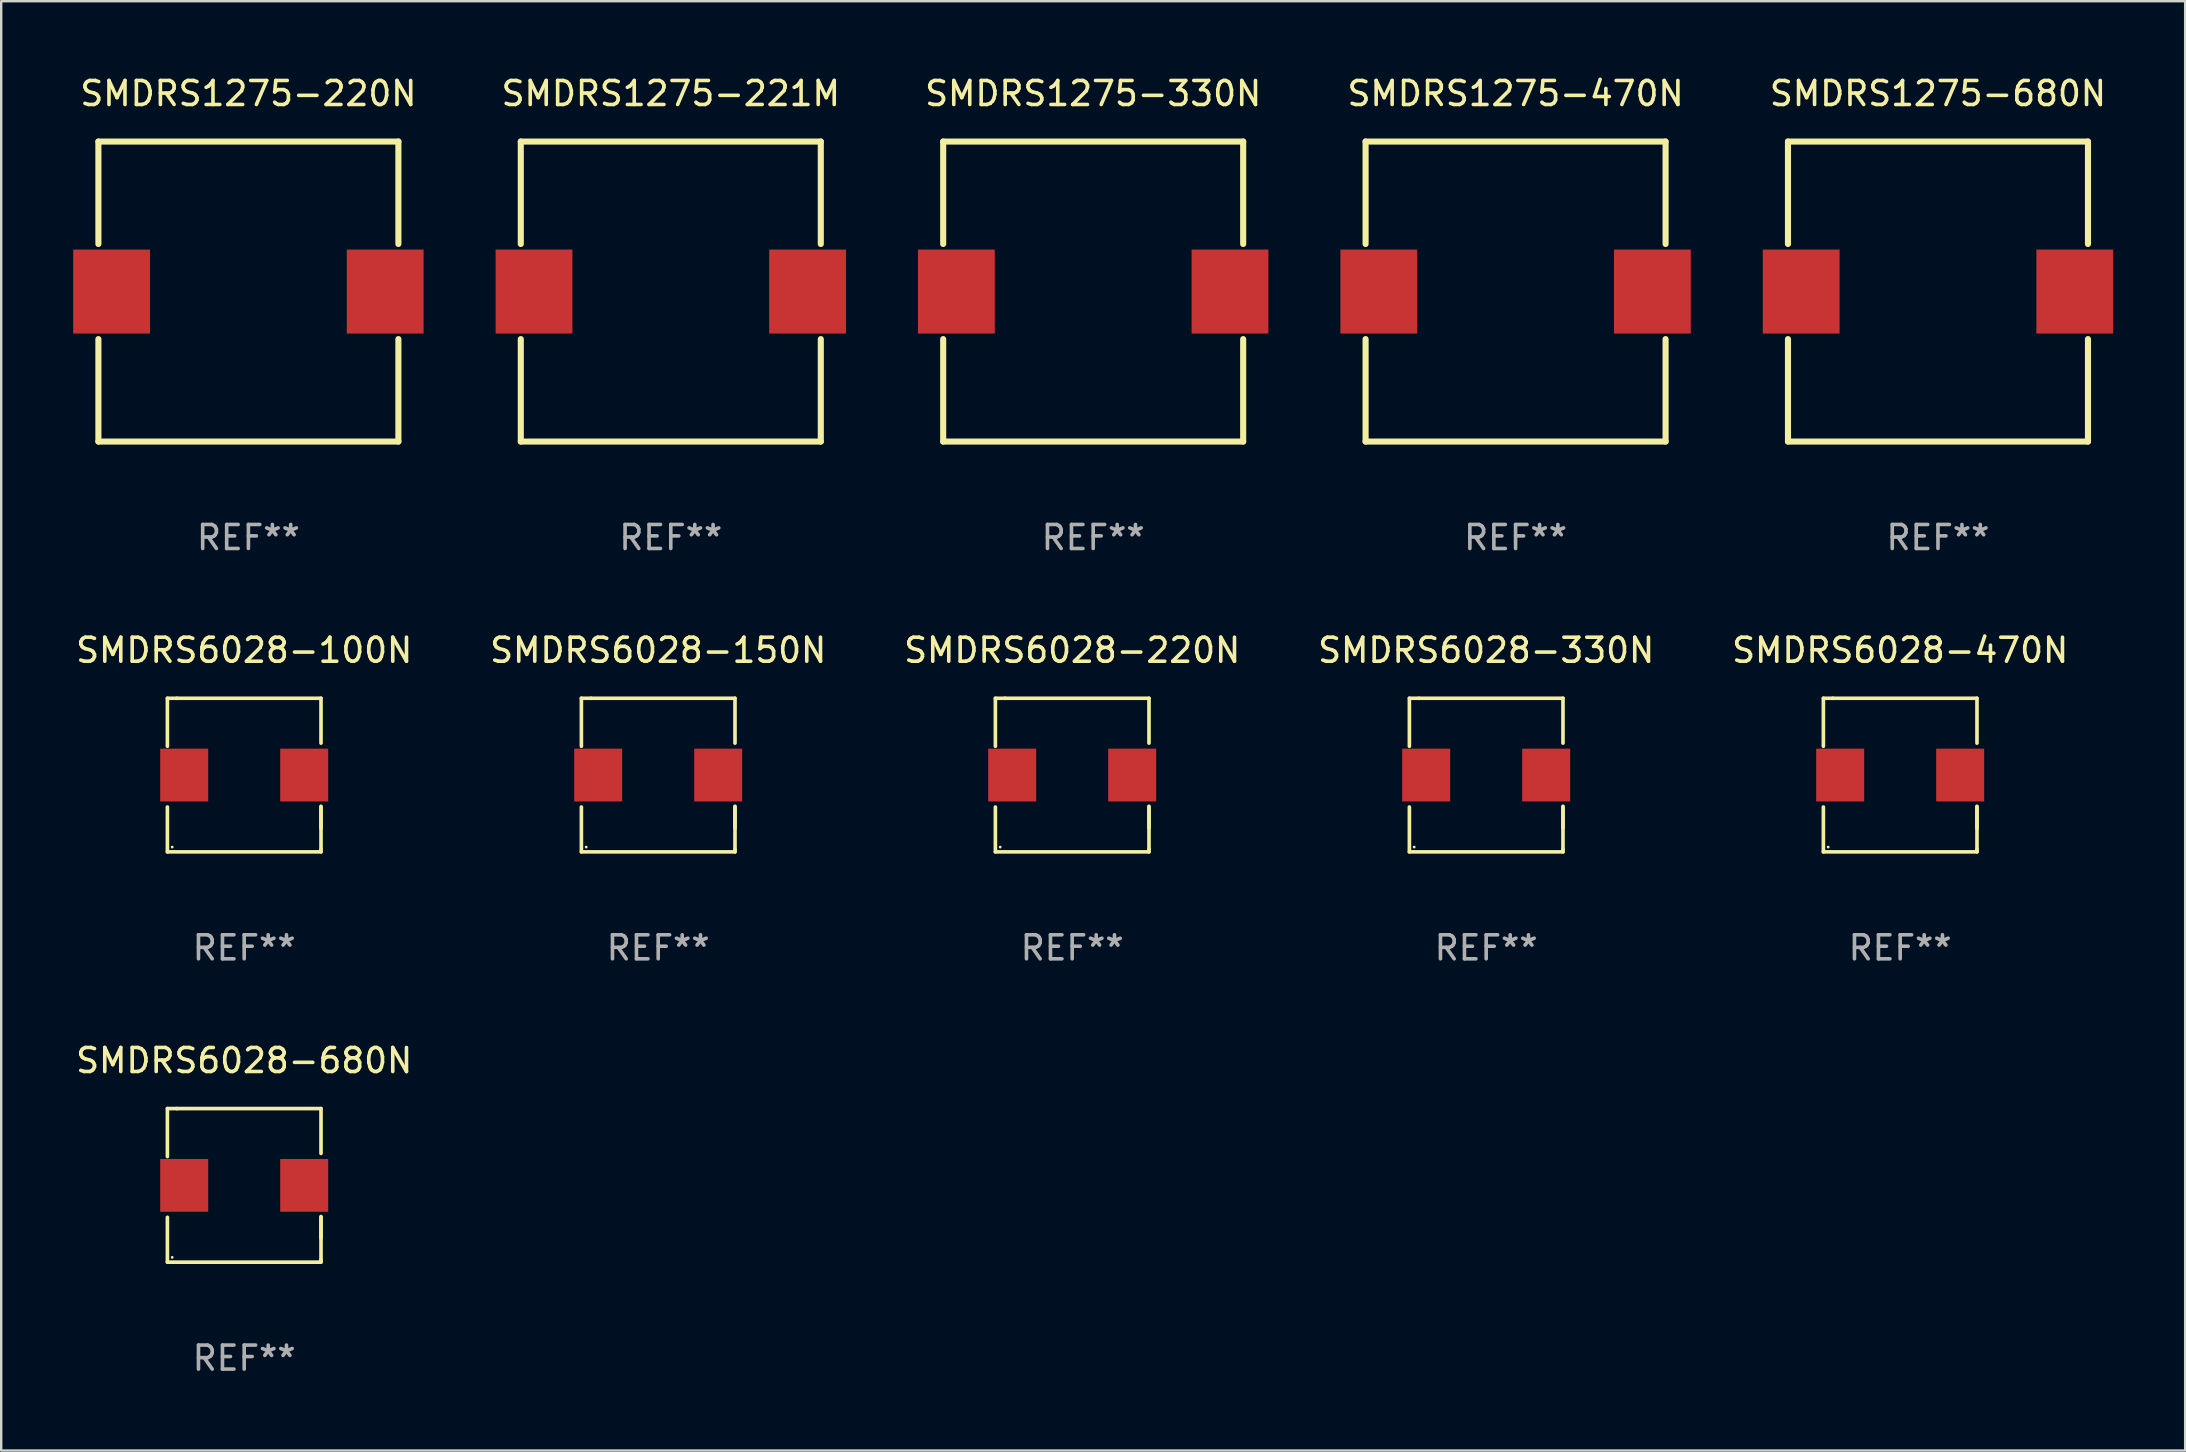
<source format=kicad_pcb>
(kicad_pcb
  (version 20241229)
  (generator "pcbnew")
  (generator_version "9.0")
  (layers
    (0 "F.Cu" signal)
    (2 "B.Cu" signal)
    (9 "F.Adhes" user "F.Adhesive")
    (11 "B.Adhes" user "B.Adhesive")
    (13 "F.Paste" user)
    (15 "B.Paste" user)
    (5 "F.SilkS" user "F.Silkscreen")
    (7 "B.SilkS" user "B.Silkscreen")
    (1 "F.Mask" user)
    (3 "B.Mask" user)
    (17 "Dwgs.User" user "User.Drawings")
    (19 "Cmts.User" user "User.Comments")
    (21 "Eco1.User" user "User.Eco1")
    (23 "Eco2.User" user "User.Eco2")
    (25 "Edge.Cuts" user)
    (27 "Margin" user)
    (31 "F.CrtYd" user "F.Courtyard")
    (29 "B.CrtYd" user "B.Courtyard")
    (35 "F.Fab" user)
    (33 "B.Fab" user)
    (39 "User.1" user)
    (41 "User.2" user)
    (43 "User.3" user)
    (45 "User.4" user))
  (footprint "SMDRS6028-100N"
    (layer "F.Cu")
    (at 7.125 29.245)
    (property "Reference" "SMDRS6028-100N" (at 0 -5.2 0) (layer "F.SilkS") (effects (font (size 1 1) (thickness 0.15))))
    (attr through_hole)
    (fp_line (start -3.2 -1.2) (end -3.2 -3.2) (stroke (width 0.152) (type solid)) (layer "F.SilkS"))
    (fp_line (start -3.2 3.2) (end -3.2 1.331) (stroke (width 0.152) (type solid)) (layer "F.SilkS"))
    (fp_line (start -2.8 -3.2) (end -3.2 -3.2) (stroke (width 0.152) (type solid)) (layer "F.SilkS"))
    (fp_line (start -2.8 -3.2) (end 3.2 -3.2) (stroke (width 0.152) (type solid)) (layer "F.SilkS"))
    (fp_line (start 3.2 -3.2) (end 3.2 -1.331) (stroke (width 0.152) (type solid)) (layer "F.SilkS"))
    (fp_line (start 3.2 1.3) (end 3.2 3.1) (stroke (width 0.152) (type solid)) (layer "F.SilkS"))
    (fp_line (start 3.2 1.331) (end 3.2 2.2) (stroke (width 0.152) (type solid)) (layer "F.SilkS"))
    (fp_line (start 3.2 3.1) (end 3.2 3.2) (stroke (width 0.152) (type solid)) (layer "F.SilkS"))
    (fp_line (start 3.2 3.2) (end -3.2 3.2) (stroke (width 0.152) (type solid)) (layer "F.SilkS"))
    (fp_circle (center -3 3) (end -2.97 3) (stroke (width 0.06) (type solid)) (fill no) (layer "F.SilkS"))
    (fp_text user "REF**" (at 0 7.2 0) (layer "F.Fab") (effects (font (size 1 1) (thickness 0.15))))
    (pad "1" smd rect (at -2.5 -0.000025 180) (size 2 2.2) (layers "F.Cu" "F.Mask" "F.Paste"))
    (pad "2" smd rect (at 2.5 -0.000025 180) (size 2 2.2) (layers "F.Cu" "F.Mask" "F.Paste")))
  (footprint "SMDRS1275-330N"
    (layer "F.Cu")
    (at 42.5 9.098)
    (property "Reference" "SMDRS1275-330N" (at 0 -8.25 0) (layer "F.SilkS") (effects (font (size 1 1) (thickness 0.15))))
    (attr through_hole)
    (fp_line (start -6.25 -6.25) (end 6.25 -6.25) (stroke (width 0.254) (type solid)) (layer "F.SilkS"))
    (fp_line (start -6.25 -1.981) (end -6.25 -6.25) (stroke (width 0.254) (type solid)) (layer "F.SilkS"))
    (fp_line (start -6.25 6.25) (end -6.25 1.981) (stroke (width 0.254) (type solid)) (layer "F.SilkS"))
    (fp_line (start -6.25 6.25) (end 6.25 6.25) (stroke (width 0.254) (type solid)) (layer "F.SilkS"))
    (fp_line (start 6.25 -6.25) (end 6.25 -1.981) (stroke (width 0.254) (type solid)) (layer "F.SilkS"))
    (fp_line (start 6.25 1.981) (end 6.25 6.25) (stroke (width 0.254) (type solid)) (layer "F.SilkS"))
    (fp_circle (center -6.25 6.25) (end -6.22 6.25) (stroke (width 0.06) (type solid)) (fill no) (layer "F.SilkS"))
    (fp_text user "REF**" (at 0 10.25 0) (layer "F.Fab") (effects (font (size 1 1) (thickness 0.15))))
    (pad "1" smd rect (at -5.7 -0.000013) (size 3.2 3.5) (layers "F.Cu" "F.Mask" "F.Paste"))
    (pad "2" smd rect (at 5.7 -0.000013) (size 3.2 3.5) (layers "F.Cu" "F.Mask" "F.Paste")))
  (footprint "SMDRS1275-221M"
    (layer "F.Cu")
    (at 24.9 9.098)
    (property "Reference" "SMDRS1275-221M" (at 0 -8.25 0) (layer "F.SilkS") (effects (font (size 1 1) (thickness 0.15))))
    (attr through_hole)
    (fp_line (start -6.25 -6.25) (end 6.25 -6.25) (stroke (width 0.254) (type solid)) (layer "F.SilkS"))
    (fp_line (start -6.25 -1.981) (end -6.25 -6.25) (stroke (width 0.254) (type solid)) (layer "F.SilkS"))
    (fp_line (start -6.25 6.25) (end -6.25 1.981) (stroke (width 0.254) (type solid)) (layer "F.SilkS"))
    (fp_line (start -6.25 6.25) (end 6.25 6.25) (stroke (width 0.254) (type solid)) (layer "F.SilkS"))
    (fp_line (start 6.25 -6.25) (end 6.25 -1.981) (stroke (width 0.254) (type solid)) (layer "F.SilkS"))
    (fp_line (start 6.25 1.981) (end 6.25 6.25) (stroke (width 0.254) (type solid)) (layer "F.SilkS"))
    (fp_circle (center -6.25 6.25) (end -6.22 6.25) (stroke (width 0.06) (type solid)) (fill no) (layer "F.SilkS"))
    (fp_text user "REF**" (at 0 10.25 0) (layer "F.Fab") (effects (font (size 1 1) (thickness 0.15))))
    (pad "1" smd rect (at -5.7 -0.000013) (size 3.2 3.5) (layers "F.Cu" "F.Mask" "F.Paste"))
    (pad "2" smd rect (at 5.7 -0.000013) (size 3.2 3.5) (layers "F.Cu" "F.Mask" "F.Paste")))
  (footprint "SMDRS6028-470N"
    (layer "F.Cu")
    (at 76.125 29.245)
    (property "Reference" "SMDRS6028-470N" (at 0 -5.2 0) (layer "F.SilkS") (effects (font (size 1 1) (thickness 0.15))))
    (attr through_hole)
    (fp_line (start -3.2 -1.2) (end -3.2 -3.2) (stroke (width 0.152) (type solid)) (layer "F.SilkS"))
    (fp_line (start -3.2 3.2) (end -3.2 1.331) (stroke (width 0.152) (type solid)) (layer "F.SilkS"))
    (fp_line (start -2.8 -3.2) (end -3.2 -3.2) (stroke (width 0.152) (type solid)) (layer "F.SilkS"))
    (fp_line (start -2.8 -3.2) (end 3.2 -3.2) (stroke (width 0.152) (type solid)) (layer "F.SilkS"))
    (fp_line (start 3.2 -3.2) (end 3.2 -1.331) (stroke (width 0.152) (type solid)) (layer "F.SilkS"))
    (fp_line (start 3.2 1.3) (end 3.2 3.1) (stroke (width 0.152) (type solid)) (layer "F.SilkS"))
    (fp_line (start 3.2 1.331) (end 3.2 2.2) (stroke (width 0.152) (type solid)) (layer "F.SilkS"))
    (fp_line (start 3.2 3.1) (end 3.2 3.2) (stroke (width 0.152) (type solid)) (layer "F.SilkS"))
    (fp_line (start 3.2 3.2) (end -3.2 3.2) (stroke (width 0.152) (type solid)) (layer "F.SilkS"))
    (fp_circle (center -3 3) (end -2.97 3) (stroke (width 0.06) (type solid)) (fill no) (layer "F.SilkS"))
    (fp_text user "REF**" (at 0 7.2 0) (layer "F.Fab") (effects (font (size 1 1) (thickness 0.15))))
    (pad "1" smd rect (at -2.5 -0.000025 180) (size 2 2.2) (layers "F.Cu" "F.Mask" "F.Paste"))
    (pad "2" smd rect (at 2.5 -0.000025 180) (size 2 2.2) (layers "F.Cu" "F.Mask" "F.Paste")))
  (footprint "SMDRS1275-470N"
    (layer "F.Cu")
    (at 60.1 9.098)
    (property "Reference" "SMDRS1275-470N" (at 0 -8.25 0) (layer "F.SilkS") (effects (font (size 1 1) (thickness 0.15))))
    (attr through_hole)
    (fp_line (start -6.25 -6.25) (end 6.25 -6.25) (stroke (width 0.254) (type solid)) (layer "F.SilkS"))
    (fp_line (start -6.25 -1.981) (end -6.25 -6.25) (stroke (width 0.254) (type solid)) (layer "F.SilkS"))
    (fp_line (start -6.25 6.25) (end -6.25 1.981) (stroke (width 0.254) (type solid)) (layer "F.SilkS"))
    (fp_line (start -6.25 6.25) (end 6.25 6.25) (stroke (width 0.254) (type solid)) (layer "F.SilkS"))
    (fp_line (start 6.25 -6.25) (end 6.25 -1.981) (stroke (width 0.254) (type solid)) (layer "F.SilkS"))
    (fp_line (start 6.25 1.981) (end 6.25 6.25) (stroke (width 0.254) (type solid)) (layer "F.SilkS"))
    (fp_circle (center -6.25 6.25) (end -6.22 6.25) (stroke (width 0.06) (type solid)) (fill no) (layer "F.SilkS"))
    (fp_text user "REF**" (at 0 10.25 0) (layer "F.Fab") (effects (font (size 1 1) (thickness 0.15))))
    (pad "1" smd rect (at -5.7 -0.000013) (size 3.2 3.5) (layers "F.Cu" "F.Mask" "F.Paste"))
    (pad "2" smd rect (at 5.7 -0.000013) (size 3.2 3.5) (layers "F.Cu" "F.Mask" "F.Paste")))
  (footprint "SMDRS6028-220N"
    (layer "F.Cu")
    (at 41.625 29.245)
    (property "Reference" "SMDRS6028-220N" (at 0 -5.2 0) (layer "F.SilkS") (effects (font (size 1 1) (thickness 0.15))))
    (attr through_hole)
    (fp_line (start -3.2 -1.2) (end -3.2 -3.2) (stroke (width 0.152) (type solid)) (layer "F.SilkS"))
    (fp_line (start -3.2 3.2) (end -3.2 1.331) (stroke (width 0.152) (type solid)) (layer "F.SilkS"))
    (fp_line (start -2.8 -3.2) (end -3.2 -3.2) (stroke (width 0.152) (type solid)) (layer "F.SilkS"))
    (fp_line (start -2.8 -3.2) (end 3.2 -3.2) (stroke (width 0.152) (type solid)) (layer "F.SilkS"))
    (fp_line (start 3.2 -3.2) (end 3.2 -1.331) (stroke (width 0.152) (type solid)) (layer "F.SilkS"))
    (fp_line (start 3.2 1.3) (end 3.2 3.1) (stroke (width 0.152) (type solid)) (layer "F.SilkS"))
    (fp_line (start 3.2 1.331) (end 3.2 2.2) (stroke (width 0.152) (type solid)) (layer "F.SilkS"))
    (fp_line (start 3.2 3.1) (end 3.2 3.2) (stroke (width 0.152) (type solid)) (layer "F.SilkS"))
    (fp_line (start 3.2 3.2) (end -3.2 3.2) (stroke (width 0.152) (type solid)) (layer "F.SilkS"))
    (fp_circle (center -3 3) (end -2.97 3) (stroke (width 0.06) (type solid)) (fill no) (layer "F.SilkS"))
    (fp_text user "REF**" (at 0 7.2 0) (layer "F.Fab") (effects (font (size 1 1) (thickness 0.15))))
    (pad "1" smd rect (at -2.5 -0.000025 180) (size 2 2.2) (layers "F.Cu" "F.Mask" "F.Paste"))
    (pad "2" smd rect (at 2.5 -0.000025 180) (size 2 2.2) (layers "F.Cu" "F.Mask" "F.Paste")))
  (footprint "SMDRS6028-150N"
    (layer "F.Cu")
    (at 24.375 29.245)
    (property "Reference" "SMDRS6028-150N" (at 0 -5.2 0) (layer "F.SilkS") (effects (font (size 1 1) (thickness 0.15))))
    (attr through_hole)
    (fp_line (start -3.2 -1.2) (end -3.2 -3.2) (stroke (width 0.152) (type solid)) (layer "F.SilkS"))
    (fp_line (start -3.2 3.2) (end -3.2 1.331) (stroke (width 0.152) (type solid)) (layer "F.SilkS"))
    (fp_line (start -2.8 -3.2) (end -3.2 -3.2) (stroke (width 0.152) (type solid)) (layer "F.SilkS"))
    (fp_line (start -2.8 -3.2) (end 3.2 -3.2) (stroke (width 0.152) (type solid)) (layer "F.SilkS"))
    (fp_line (start 3.2 -3.2) (end 3.2 -1.331) (stroke (width 0.152) (type solid)) (layer "F.SilkS"))
    (fp_line (start 3.2 1.3) (end 3.2 3.1) (stroke (width 0.152) (type solid)) (layer "F.SilkS"))
    (fp_line (start 3.2 1.331) (end 3.2 2.2) (stroke (width 0.152) (type solid)) (layer "F.SilkS"))
    (fp_line (start 3.2 3.1) (end 3.2 3.2) (stroke (width 0.152) (type solid)) (layer "F.SilkS"))
    (fp_line (start 3.2 3.2) (end -3.2 3.2) (stroke (width 0.152) (type solid)) (layer "F.SilkS"))
    (fp_circle (center -3 3) (end -2.97 3) (stroke (width 0.06) (type solid)) (fill no) (layer "F.SilkS"))
    (fp_text user "REF**" (at 0 7.2 0) (layer "F.Fab") (effects (font (size 1 1) (thickness 0.15))))
    (pad "1" smd rect (at -2.5 -0.000025 180) (size 2 2.2) (layers "F.Cu" "F.Mask" "F.Paste"))
    (pad "2" smd rect (at 2.5 -0.000025 180) (size 2 2.2) (layers "F.Cu" "F.Mask" "F.Paste")))
  (footprint "SMDRS1275-220N"
    (layer "F.Cu")
    (at 7.3 9.098)
    (property "Reference" "SMDRS1275-220N" (at 0 -8.25 0) (layer "F.SilkS") (effects (font (size 1 1) (thickness 0.15))))
    (attr through_hole)
    (fp_line (start -6.25 -6.25) (end 6.25 -6.25) (stroke (width 0.254) (type solid)) (layer "F.SilkS"))
    (fp_line (start -6.25 -1.981) (end -6.25 -6.25) (stroke (width 0.254) (type solid)) (layer "F.SilkS"))
    (fp_line (start -6.25 6.25) (end -6.25 1.981) (stroke (width 0.254) (type solid)) (layer "F.SilkS"))
    (fp_line (start -6.25 6.25) (end 6.25 6.25) (stroke (width 0.254) (type solid)) (layer "F.SilkS"))
    (fp_line (start 6.25 -6.25) (end 6.25 -1.981) (stroke (width 0.254) (type solid)) (layer "F.SilkS"))
    (fp_line (start 6.25 1.981) (end 6.25 6.25) (stroke (width 0.254) (type solid)) (layer "F.SilkS"))
    (fp_circle (center -6.25 6.25) (end -6.22 6.25) (stroke (width 0.06) (type solid)) (fill no) (layer "F.SilkS"))
    (fp_text user "REF**" (at 0 10.25 0) (layer "F.Fab") (effects (font (size 1 1) (thickness 0.15))))
    (pad "1" smd rect (at -5.7 -0.000013) (size 3.2 3.5) (layers "F.Cu" "F.Mask" "F.Paste"))
    (pad "2" smd rect (at 5.7 -0.000013) (size 3.2 3.5) (layers "F.Cu" "F.Mask" "F.Paste")))
  (footprint "SMDRS6028-330N"
    (layer "F.Cu")
    (at 58.875 29.245)
    (property "Reference" "SMDRS6028-330N" (at 0 -5.2 0) (layer "F.SilkS") (effects (font (size 1 1) (thickness 0.15))))
    (attr through_hole)
    (fp_line (start -3.2 -1.2) (end -3.2 -3.2) (stroke (width 0.152) (type solid)) (layer "F.SilkS"))
    (fp_line (start -3.2 3.2) (end -3.2 1.331) (stroke (width 0.152) (type solid)) (layer "F.SilkS"))
    (fp_line (start -2.8 -3.2) (end -3.2 -3.2) (stroke (width 0.152) (type solid)) (layer "F.SilkS"))
    (fp_line (start -2.8 -3.2) (end 3.2 -3.2) (stroke (width 0.152) (type solid)) (layer "F.SilkS"))
    (fp_line (start 3.2 -3.2) (end 3.2 -1.331) (stroke (width 0.152) (type solid)) (layer "F.SilkS"))
    (fp_line (start 3.2 1.3) (end 3.2 3.1) (stroke (width 0.152) (type solid)) (layer "F.SilkS"))
    (fp_line (start 3.2 1.331) (end 3.2 2.2) (stroke (width 0.152) (type solid)) (layer "F.SilkS"))
    (fp_line (start 3.2 3.1) (end 3.2 3.2) (stroke (width 0.152) (type solid)) (layer "F.SilkS"))
    (fp_line (start 3.2 3.2) (end -3.2 3.2) (stroke (width 0.152) (type solid)) (layer "F.SilkS"))
    (fp_circle (center -3 3) (end -2.97 3) (stroke (width 0.06) (type solid)) (fill no) (layer "F.SilkS"))
    (fp_text user "REF**" (at 0 7.2 0) (layer "F.Fab") (effects (font (size 1 1) (thickness 0.15))))
    (pad "1" smd rect (at -2.5 -0.000025 180) (size 2 2.2) (layers "F.Cu" "F.Mask" "F.Paste"))
    (pad "2" smd rect (at 2.5 -0.000025 180) (size 2 2.2) (layers "F.Cu" "F.Mask" "F.Paste")))
  (footprint "SMDRS6028-680N"
    (layer "F.Cu")
    (at 7.125 46.341)
    (property "Reference" "SMDRS6028-680N" (at 0 -5.2 0) (layer "F.SilkS") (effects (font (size 1 1) (thickness 0.15))))
    (attr through_hole)
    (fp_line (start -3.2 -1.2) (end -3.2 -3.2) (stroke (width 0.152) (type solid)) (layer "F.SilkS"))
    (fp_line (start -3.2 3.2) (end -3.2 1.331) (stroke (width 0.152) (type solid)) (layer "F.SilkS"))
    (fp_line (start -2.8 -3.2) (end -3.2 -3.2) (stroke (width 0.152) (type solid)) (layer "F.SilkS"))
    (fp_line (start -2.8 -3.2) (end 3.2 -3.2) (stroke (width 0.152) (type solid)) (layer "F.SilkS"))
    (fp_line (start 3.2 -3.2) (end 3.2 -1.331) (stroke (width 0.152) (type solid)) (layer "F.SilkS"))
    (fp_line (start 3.2 1.3) (end 3.2 3.1) (stroke (width 0.152) (type solid)) (layer "F.SilkS"))
    (fp_line (start 3.2 1.331) (end 3.2 2.2) (stroke (width 0.152) (type solid)) (layer "F.SilkS"))
    (fp_line (start 3.2 3.1) (end 3.2 3.2) (stroke (width 0.152) (type solid)) (layer "F.SilkS"))
    (fp_line (start 3.2 3.2) (end -3.2 3.2) (stroke (width 0.152) (type solid)) (layer "F.SilkS"))
    (fp_circle (center -3 3) (end -2.97 3) (stroke (width 0.06) (type solid)) (fill no) (layer "F.SilkS"))
    (fp_text user "REF**" (at 0 7.2 0) (layer "F.Fab") (effects (font (size 1 1) (thickness 0.15))))
    (pad "1" smd rect (at -2.5 -0.000025 180) (size 2 2.2) (layers "F.Cu" "F.Mask" "F.Paste"))
    (pad "2" smd rect (at 2.5 -0.000025 180) (size 2 2.2) (layers "F.Cu" "F.Mask" "F.Paste")))
  (footprint "SMDRS1275-680N"
    (layer "F.Cu")
    (at 77.7 9.098)
    (property "Reference" "SMDRS1275-680N" (at 0 -8.25 0) (layer "F.SilkS") (effects (font (size 1 1) (thickness 0.15))))
    (attr through_hole)
    (fp_line (start -6.25 -6.25) (end 6.25 -6.25) (stroke (width 0.254) (type solid)) (layer "F.SilkS"))
    (fp_line (start -6.25 -1.981) (end -6.25 -6.25) (stroke (width 0.254) (type solid)) (layer "F.SilkS"))
    (fp_line (start -6.25 6.25) (end -6.25 1.981) (stroke (width 0.254) (type solid)) (layer "F.SilkS"))
    (fp_line (start -6.25 6.25) (end 6.25 6.25) (stroke (width 0.254) (type solid)) (layer "F.SilkS"))
    (fp_line (start 6.25 -6.25) (end 6.25 -1.981) (stroke (width 0.254) (type solid)) (layer "F.SilkS"))
    (fp_line (start 6.25 1.981) (end 6.25 6.25) (stroke (width 0.254) (type solid)) (layer "F.SilkS"))
    (fp_circle (center -6.25 6.25) (end -6.22 6.25) (stroke (width 0.06) (type solid)) (fill no) (layer "F.SilkS"))
    (fp_text user "REF**" (at 0 10.25 0) (layer "F.Fab") (effects (font (size 1 1) (thickness 0.15))))
    (pad "1" smd rect (at -5.7 -0.000013) (size 3.2 3.5) (layers "F.Cu" "F.Mask" "F.Paste"))
    (pad "2" smd rect (at 5.7 -0.000013) (size 3.2 3.5) (layers "F.Cu" "F.Mask" "F.Paste")))
  (gr_rect
    (start -3 -3)
    (end 88 57.389)
    (stroke (width 0.1) (type default))
    (fill no)
    (layer "Edge.Cuts")))
</source>
